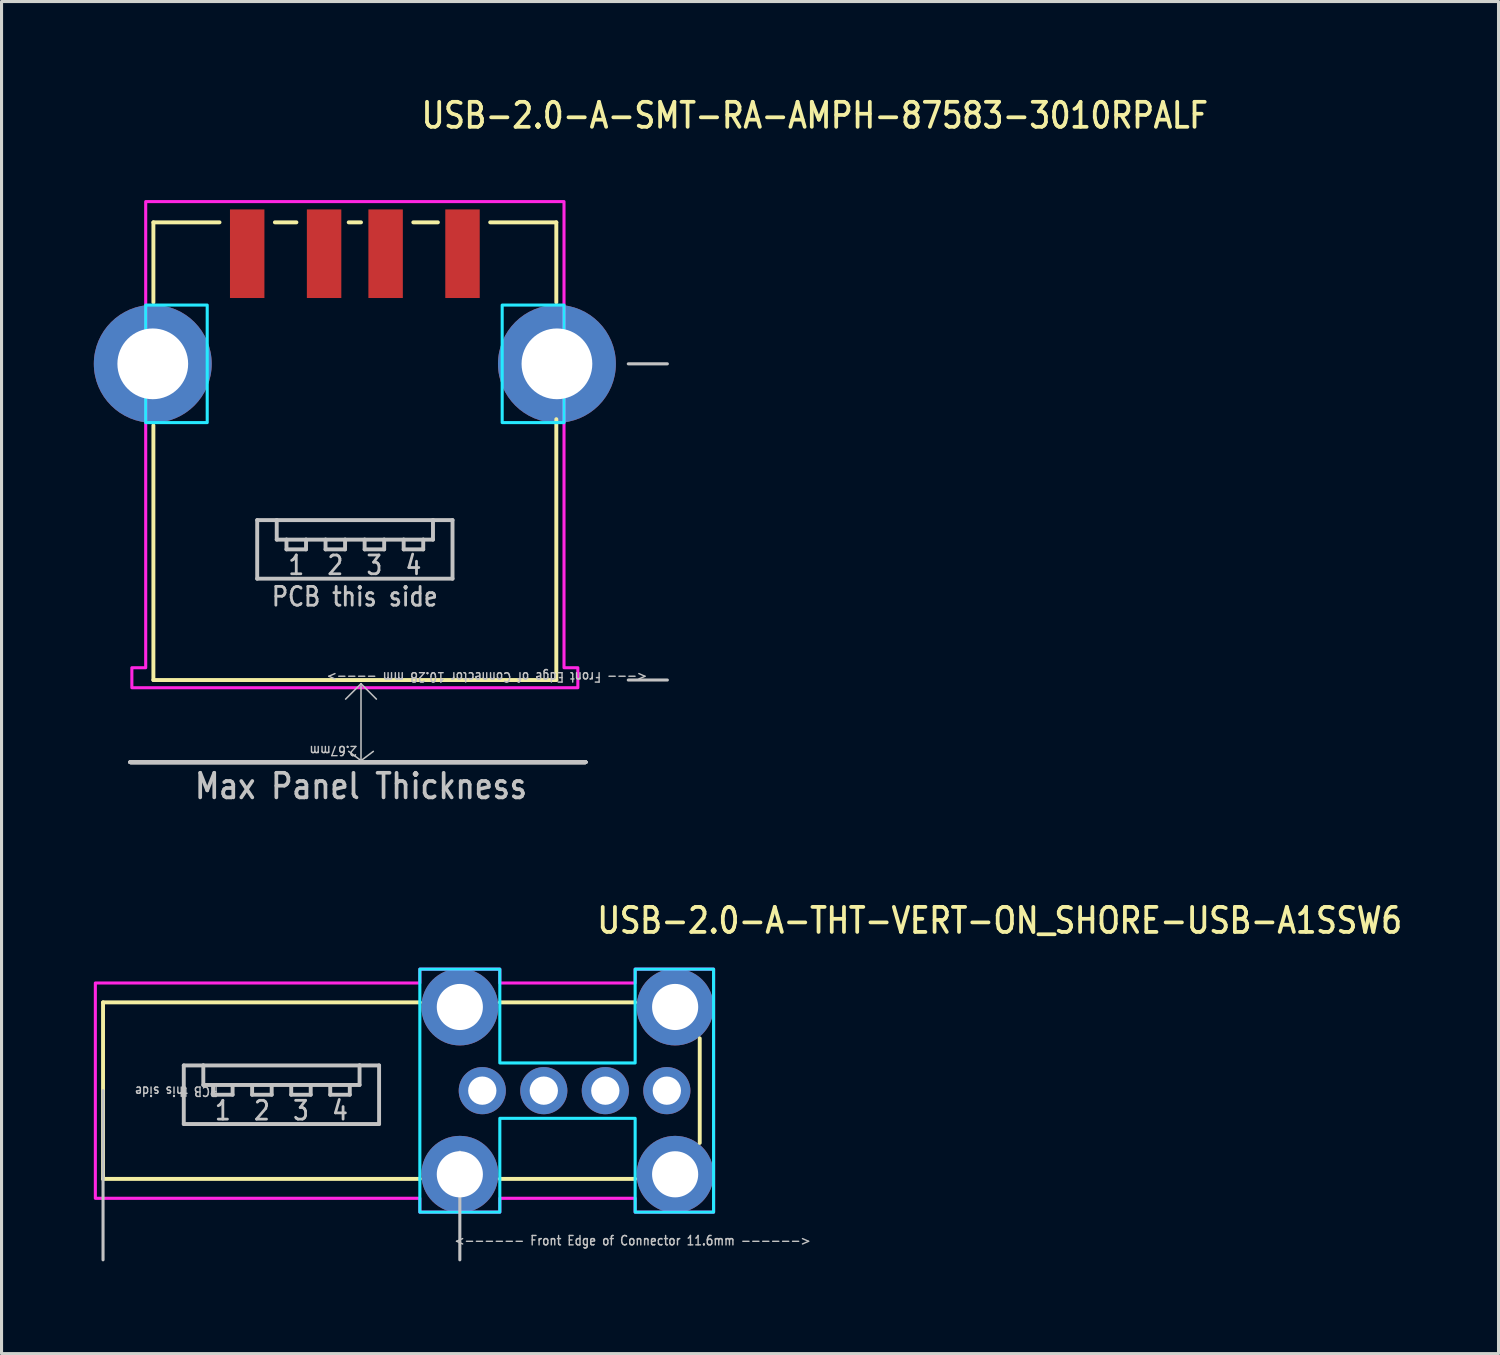
<source format=kicad_pcb>
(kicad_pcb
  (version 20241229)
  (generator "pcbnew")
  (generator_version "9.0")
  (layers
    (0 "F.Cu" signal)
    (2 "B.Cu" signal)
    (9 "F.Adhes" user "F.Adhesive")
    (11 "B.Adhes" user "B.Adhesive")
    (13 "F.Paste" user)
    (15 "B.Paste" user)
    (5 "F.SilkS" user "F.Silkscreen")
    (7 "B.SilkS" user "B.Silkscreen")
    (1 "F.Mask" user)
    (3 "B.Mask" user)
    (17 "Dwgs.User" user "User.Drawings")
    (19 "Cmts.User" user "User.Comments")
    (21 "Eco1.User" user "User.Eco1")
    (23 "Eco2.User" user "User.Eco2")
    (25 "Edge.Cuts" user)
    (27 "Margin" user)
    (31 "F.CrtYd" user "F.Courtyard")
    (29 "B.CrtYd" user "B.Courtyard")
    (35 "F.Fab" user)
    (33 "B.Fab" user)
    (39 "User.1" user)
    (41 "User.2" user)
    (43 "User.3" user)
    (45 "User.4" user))
  (footprint "USB-2.0-A-THT-VERT-ON_SHORE-USB-A1SSW6"
    (layer "F.Cu")
    (at 11.9 32.409)
    (property "Reference" "USB-2.0-A-THT-VERT-ON_SHORE-USB-A1SSW6" (at 4.4 -5.055 0) (unlocked yes) (layer "F.SilkS") (effects (font (size 0.813 0.695) (thickness 0.122)) (justify left bottom)))
    (fp_line (start -11.6 2.87) (end -11.6 -2.87) (stroke (width 0.127) (type solid)) (layer "F.SilkS"))
    (fp_line (start -1.3 -2.87) (end -11.6 -2.87) (stroke (width 0.127) (type solid)) (layer "F.SilkS"))
    (fp_line (start -1.3 2.87) (end -11.6 2.87) (stroke (width 0.127) (type solid)) (layer "F.SilkS"))
    (fp_line (start 5.7 -2.87) (end 1.3 -2.87) (stroke (width 0.127) (type solid)) (layer "F.SilkS"))
    (fp_line (start 5.7 2.87) (end 1.3 2.87) (stroke (width 0.127) (type solid)) (layer "F.SilkS"))
    (fp_line (start 7.8 -1.7) (end 7.8 1.7) (stroke (width 0.127) (type solid)) (layer "F.SilkS"))
    (fp_line (start -11.6 5.5) (end -11.6 0) (stroke (width 0.1) (type solid)) (layer "Dwgs.User"))
    (fp_line (start -8.975 -0.82) (end -8.34 -0.82) (stroke (width 0.127) (type solid)) (layer "Dwgs.User"))
    (fp_line (start -8.975 1.085) (end -8.975 -0.82) (stroke (width 0.127) (type solid)) (layer "Dwgs.User"))
    (fp_line (start -8.34 -0.82) (end -8.34 -0.185) (stroke (width 0.127) (type solid)) (layer "Dwgs.User"))
    (fp_line (start -8.34 -0.82) (end -3.26 -0.82) (stroke (width 0.127) (type solid)) (layer "Dwgs.User"))
    (fp_line (start -8.34 -0.185) (end -8.023 -0.185) (stroke (width 0.127) (type solid)) (layer "Dwgs.User"))
    (fp_line (start -8.023 -0.185) (end -8.023 0.133) (stroke (width 0.127) (type solid)) (layer "Dwgs.User"))
    (fp_line (start -8.023 -0.185) (end -7.388 -0.185) (stroke (width 0.127) (type solid)) (layer "Dwgs.User"))
    (fp_line (start -8.023 0.133) (end -7.388 0.133) (stroke (width 0.127) (type solid)) (layer "Dwgs.User"))
    (fp_line (start -7.388 -0.185) (end -6.753 -0.185) (stroke (width 0.127) (type solid)) (layer "Dwgs.User"))
    (fp_line (start -7.388 0.133) (end -7.388 -0.185) (stroke (width 0.127) (type solid)) (layer "Dwgs.User"))
    (fp_line (start -6.753 -0.185) (end -6.753 0.133) (stroke (width 0.127) (type solid)) (layer "Dwgs.User"))
    (fp_line (start -6.753 -0.185) (end -6.117 -0.185) (stroke (width 0.127) (type solid)) (layer "Dwgs.User"))
    (fp_line (start -6.753 0.133) (end -6.117 0.133) (stroke (width 0.127) (type solid)) (layer "Dwgs.User"))
    (fp_line (start -6.117 -0.185) (end -5.482 -0.185) (stroke (width 0.127) (type solid)) (layer "Dwgs.User"))
    (fp_line (start -6.117 0.133) (end -6.117 -0.185) (stroke (width 0.127) (type solid)) (layer "Dwgs.User"))
    (fp_line (start -5.482 -0.185) (end -5.482 0.133) (stroke (width 0.127) (type solid)) (layer "Dwgs.User"))
    (fp_line (start -5.482 -0.185) (end -4.848 -0.185) (stroke (width 0.127) (type solid)) (layer "Dwgs.User"))
    (fp_line (start -5.482 0.133) (end -4.848 0.133) (stroke (width 0.127) (type solid)) (layer "Dwgs.User"))
    (fp_line (start -4.848 -0.185) (end -4.213 -0.185) (stroke (width 0.127) (type solid)) (layer "Dwgs.User"))
    (fp_line (start -4.848 0.133) (end -4.848 -0.185) (stroke (width 0.127) (type solid)) (layer "Dwgs.User"))
    (fp_line (start -4.213 -0.185) (end -4.213 0.133) (stroke (width 0.127) (type solid)) (layer "Dwgs.User"))
    (fp_line (start -4.213 -0.185) (end -3.578 -0.185) (stroke (width 0.127) (type solid)) (layer "Dwgs.User"))
    (fp_line (start -4.213 0.133) (end -3.578 0.133) (stroke (width 0.127) (type solid)) (layer "Dwgs.User"))
    (fp_line (start -3.578 -0.185) (end -3.26 -0.185) (stroke (width 0.127) (type solid)) (layer "Dwgs.User"))
    (fp_line (start -3.578 0.133) (end -3.578 -0.185) (stroke (width 0.127) (type solid)) (layer "Dwgs.User"))
    (fp_line (start -3.26 -0.82) (end -2.625 -0.82) (stroke (width 0.127) (type solid)) (layer "Dwgs.User"))
    (fp_line (start -3.26 -0.185) (end -3.26 -0.82) (stroke (width 0.127) (type solid)) (layer "Dwgs.User"))
    (fp_line (start -2.625 -0.82) (end -2.625 1.085) (stroke (width 0.127) (type solid)) (layer "Dwgs.User"))
    (fp_line (start -2.625 1.085) (end -8.975 1.085) (stroke (width 0.127) (type solid)) (layer "Dwgs.User"))
    (fp_line (start 0 5.5) (end 0 2) (stroke (width 0.1) (type solid)) (layer "Dwgs.User"))
    (fp_poly (pts (xy -1.3 -3.95) (xy 1.3 -3.95) (xy 1.3 -0.9) (xy 5.7 -0.9) (xy 5.7 -3.95) (xy 8.25 -3.95) (xy 8.25 3.95) (xy 5.7 3.95) (xy 5.7 0.9) (xy 1.3 0.9) (xy 1.3 3.95) (xy -1.3 3.95)) (stroke (width 0.1) (type solid)) (fill no) (layer "B.CrtYd"))
    (fp_poly (pts (xy -11.85 3.5) (xy -11.85 -3.5) (xy -1.3 -3.5) (xy -1.3 -3.95) (xy 1.3 -3.95) (xy 1.3 -3.5) (xy 5.7 -3.5) (xy 5.7 -3.95) (xy 8.25 -3.95) (xy 8.25 3.95) (xy 5.7 3.95) (xy 5.7 3.5) (xy 1.3 3.5) (xy 1.3 3.95) (xy -1.3 3.95) (xy -1.3 3.5)) (stroke (width 0.1) (type solid)) (fill no) (layer "F.CrtYd"))
    (fp_text user "4" (at -3.895 0.291 0) (unlocked yes) (layer "Dwgs.User") (effects (font (size 0.61 0.521) (thickness 0.091)) (justify top)))
    (fp_text user "2" (at -6.435 0.291 0) (unlocked yes) (layer "Dwgs.User") (effects (font (size 0.61 0.521) (thickness 0.091)) (justify top)))
    (fp_text user "3" (at -5.165 0.291 0) (unlocked yes) (layer "Dwgs.User") (effects (font (size 0.61 0.521) (thickness 0.091)) (justify top)))
    (fp_text user "1" (at -7.705 0.291 0) (unlocked yes) (layer "Dwgs.User") (effects (font (size 0.61 0.521) (thickness 0.091)) (justify top)))
    (fp_text user "<------ Front Edge of Connector 11.6mm ------>" (at -0.2 4.875 0) (unlocked yes) (layer "Dwgs.User") (effects (font (size 0.305 0.261) (thickness 0.046)) (justify left)))
    (fp_text user "PCB this side" (at -9.212 0.2 180) (unlocked yes) (layer "Dwgs.User") (effects (font (size 0.305 0.261) (thickness 0.046)) (justify top)))
    (pad "1" thru_hole oval (at 0.73 0 90) (size 1.533 1.533) (drill 0.92) (layers "*.Cu" "*.Mask"))
    (pad "2" thru_hole oval (at 2.73 0 90) (size 1.533 1.533) (drill 0.92) (layers "*.Cu" "*.Mask"))
    (pad "3" thru_hole oval (at 4.73 0 90) (size 1.533 1.533) (drill 0.92) (layers "*.Cu" "*.Mask"))
    (pad "4" thru_hole oval (at 6.73 0 90) (size 1.533 1.533) (drill 0.92) (layers "*.Cu" "*.Mask"))
    (pad "S_1" thru_hole oval (at 0 -2.72 90) (size 2.5 2.5) (drill 1.5) (layers "*.Cu" "*.Mask"))
    (pad "S_2" thru_hole oval (at 0 2.72 90) (size 2.5 2.5) (drill 1.5) (layers "*.Cu" "*.Mask"))
    (pad "S_3" thru_hole oval (at 7 2.72 90) (size 2.5 2.5) (drill 1.5) (layers "*.Cu" "*.Mask"))
    (pad "S_4" thru_hole oval (at 7 -2.72 90) (size 2.5 2.5) (drill 1.5) (layers "*.Cu" "*.Mask")))
  (footprint "USB-2.0-A-SMT-RA-AMPH-87583-3010RPALF"
    (layer "F.Cu")
    (at 8.487 8.779)
    (property "Reference" "USB-2.0-A-SMT-RA-AMPH-87583-3010RPALF" (at 2.1 -7.6 0) (unlocked yes) (layer "F.SilkS") (effects (font (size 0.813 0.695) (thickness 0.122)) (justify left bottom)))
    (fp_line (start -6.55 -4.6) (end -4.4 -4.6) (stroke (width 0.127) (type solid)) (layer "F.SilkS"))
    (fp_line (start -6.55 -2) (end -6.55 -4.6) (stroke (width 0.127) (type solid)) (layer "F.SilkS"))
    (fp_line (start -6.55 10.28) (end -6.55 2) (stroke (width 0.127) (type solid)) (layer "F.SilkS"))
    (fp_line (start -6.55 10.28) (end 6.55 10.28) (stroke (width 0.127) (type solid)) (layer "F.SilkS"))
    (fp_line (start -2.6 -4.6) (end -1.9 -4.6) (stroke (width 0.127) (type solid)) (layer "F.SilkS"))
    (fp_line (start -0.2 -4.6) (end 0.2 -4.6) (stroke (width 0.127) (type solid)) (layer "F.SilkS"))
    (fp_line (start 1.9 -4.6) (end 2.7 -4.6) (stroke (width 0.127) (type solid)) (layer "F.SilkS"))
    (fp_line (start 4.4 -4.6) (end 6.55 -4.6) (stroke (width 0.127) (type solid)) (layer "F.SilkS"))
    (fp_line (start 6.55 -2) (end 6.55 -4.6) (stroke (width 0.127) (type solid)) (layer "F.SilkS"))
    (fp_line (start 6.55 10.28) (end 6.55 1.8) (stroke (width 0.127) (type solid)) (layer "F.SilkS"))
    (fp_line (start -7.3 12.95) (end 7.5 12.95) (stroke (width 0.127) (type solid)) (layer "Dwgs.User"))
    (fp_line (start -7.3 12.95) (end 7.5 12.95) (stroke (width 0.127) (type solid)) (layer "Dwgs.User"))
    (fp_line (start -7.3 12.95) (end 7.5 12.95) (stroke (width 0.127) (type solid)) (layer "Dwgs.User"))
    (fp_line (start -7.3 12.95) (end 7.5 12.95) (stroke (width 0.127) (type solid)) (layer "Dwgs.User"))
    (fp_line (start -7.3 12.95) (end 7.5 12.95) (stroke (width 0.127) (type solid)) (layer "Dwgs.User"))
    (fp_line (start -7.3 12.95) (end 7.5 12.95) (stroke (width 0.127) (type solid)) (layer "Dwgs.User"))
    (fp_line (start -7.3 12.95) (end 7.5 12.95) (stroke (width 0.127) (type solid)) (layer "Dwgs.User"))
    (fp_line (start -7.3 12.95) (end 7.5 12.95) (stroke (width 0.127) (type solid)) (layer "Dwgs.User"))
    (fp_line (start -3.175 5.08) (end -2.54 5.08) (stroke (width 0.127) (type solid)) (layer "Dwgs.User"))
    (fp_line (start -3.175 6.985) (end -3.175 5.08) (stroke (width 0.127) (type solid)) (layer "Dwgs.User"))
    (fp_line (start -2.54 5.08) (end -2.54 5.715) (stroke (width 0.127) (type solid)) (layer "Dwgs.User"))
    (fp_line (start -2.54 5.08) (end 2.54 5.08) (stroke (width 0.127) (type solid)) (layer "Dwgs.User"))
    (fp_line (start -2.54 5.715) (end -2.223 5.715) (stroke (width 0.127) (type solid)) (layer "Dwgs.User"))
    (fp_line (start -2.223 5.715) (end -2.223 6.032) (stroke (width 0.127) (type solid)) (layer "Dwgs.User"))
    (fp_line (start -2.223 5.715) (end -1.587 5.715) (stroke (width 0.127) (type solid)) (layer "Dwgs.User"))
    (fp_line (start -2.223 6.032) (end -1.587 6.032) (stroke (width 0.127) (type solid)) (layer "Dwgs.User"))
    (fp_line (start -1.587 5.715) (end -0.953 5.715) (stroke (width 0.127) (type solid)) (layer "Dwgs.User"))
    (fp_line (start -1.587 6.032) (end -1.587 5.715) (stroke (width 0.127) (type solid)) (layer "Dwgs.User"))
    (fp_line (start -0.953 5.715) (end -0.953 6.032) (stroke (width 0.127) (type solid)) (layer "Dwgs.User"))
    (fp_line (start -0.953 5.715) (end -0.318 5.715) (stroke (width 0.127) (type solid)) (layer "Dwgs.User"))
    (fp_line (start -0.953 6.032) (end -0.318 6.032) (stroke (width 0.127) (type solid)) (layer "Dwgs.User"))
    (fp_line (start -0.318 5.715) (end 0.318 5.715) (stroke (width 0.127) (type solid)) (layer "Dwgs.User"))
    (fp_line (start -0.318 6.032) (end -0.318 5.715) (stroke (width 0.127) (type solid)) (layer "Dwgs.User"))
    (fp_line (start 0.2 10.4) (end -0.3 10.9) (stroke (width 0.05) (type solid)) (layer "Dwgs.User"))
    (fp_line (start 0.2 10.4) (end 0.2 12.9) (stroke (width 0.05) (type solid)) (layer "Dwgs.User"))
    (fp_line (start 0.2 10.4) (end 0.7 10.9) (stroke (width 0.05) (type solid)) (layer "Dwgs.User"))
    (fp_line (start 0.2 12.9) (end -0.2 12.6) (stroke (width 0.05) (type solid)) (layer "Dwgs.User"))
    (fp_line (start 0.2 12.9) (end 0.6 12.6) (stroke (width 0.05) (type solid)) (layer "Dwgs.User"))
    (fp_line (start 0.318 5.715) (end 0.318 6.032) (stroke (width 0.127) (type solid)) (layer "Dwgs.User"))
    (fp_line (start 0.318 5.715) (end 0.953 5.715) (stroke (width 0.127) (type solid)) (layer "Dwgs.User"))
    (fp_line (start 0.318 6.032) (end 0.953 6.032) (stroke (width 0.127) (type solid)) (layer "Dwgs.User"))
    (fp_line (start 0.953 5.715) (end 1.587 5.715) (stroke (width 0.127) (type solid)) (layer "Dwgs.User"))
    (fp_line (start 0.953 6.032) (end 0.953 5.715) (stroke (width 0.127) (type solid)) (layer "Dwgs.User"))
    (fp_line (start 1.587 5.715) (end 1.587 6.032) (stroke (width 0.127) (type solid)) (layer "Dwgs.User"))
    (fp_line (start 1.587 5.715) (end 2.223 5.715) (stroke (width 0.127) (type solid)) (layer "Dwgs.User"))
    (fp_line (start 1.587 6.032) (end 2.223 6.032) (stroke (width 0.127) (type solid)) (layer "Dwgs.User"))
    (fp_line (start 2.223 5.715) (end 2.54 5.715) (stroke (width 0.127) (type solid)) (layer "Dwgs.User"))
    (fp_line (start 2.223 6.032) (end 2.223 5.715) (stroke (width 0.127) (type solid)) (layer "Dwgs.User"))
    (fp_line (start 2.54 5.08) (end 3.175 5.08) (stroke (width 0.127) (type solid)) (layer "Dwgs.User"))
    (fp_line (start 2.54 5.715) (end 2.54 5.08) (stroke (width 0.127) (type solid)) (layer "Dwgs.User"))
    (fp_line (start 3.175 5.08) (end 3.175 6.985) (stroke (width 0.127) (type solid)) (layer "Dwgs.User"))
    (fp_line (start 3.175 6.985) (end -3.175 6.985) (stroke (width 0.127) (type solid)) (layer "Dwgs.User"))
    (fp_line (start 8.89 0) (end 10.16 0) (stroke (width 0.1) (type solid)) (layer "Dwgs.User"))
    (fp_line (start 8.89 10.28) (end 10.16 10.28) (stroke (width 0.1) (type solid)) (layer "Dwgs.User"))
    (fp_poly (pts (xy -6.8 -1.91) (xy -4.8 -1.91) (xy -4.8 1.91) (xy -6.8 1.91)) (stroke (width 0.1) (type solid)) (fill no) (layer "B.CrtYd"))
    (fp_poly (pts (xy 4.79 -1.91) (xy 6.8 -1.91) (xy 6.8 1.91) (xy 4.79 1.91)) (stroke (width 0.1) (type solid)) (fill no) (layer "B.CrtYd"))
    (fp_poly (pts (xy 7.25 10.53) (xy -7.25 10.53) (xy -7.25 9.88) (xy -6.8 9.88) (xy -6.8 1.91) (xy -6.8 -1.91) (xy -6.8 -5.275) (xy 6.8 -5.275) (xy 6.8 -1.91) (xy 6.8 1.91) (xy 6.8 9.88) (xy 7.25 9.88)) (stroke (width 0.1) (type solid)) (fill no) (layer "F.CrtYd"))
    (fp_text user "1" (at -1.905 6.191 0) (unlocked yes) (layer "Dwgs.User") (effects (font (size 0.61 0.521) (thickness 0.091)) (justify top)))
    (fp_text user "2.67mm" (at 0.1 12.4 180) (unlocked yes) (layer "Dwgs.User") (effects (font (size 0.3 0.257) (thickness 0.045)) (justify left bottom)))
    (fp_text user "4" (at 1.905 6.191 0) (unlocked yes) (layer "Dwgs.User") (effects (font (size 0.61 0.521) (thickness 0.091)) (justify top)))
    (fp_text user "Max Panel Thickness" (at 0.2 14.2 0) (unlocked yes) (layer "Dwgs.User") (effects (font (size 0.8 0.684) (thickness 0.12)) (justify bottom)))
    (fp_text user "PCB this side" (at 0 7.212 0) (unlocked yes) (layer "Dwgs.User") (effects (font (size 0.61 0.521) (thickness 0.091)) (justify top)))
    (fp_text user "2" (at -0.635 6.191 0) (unlocked yes) (layer "Dwgs.User") (effects (font (size 0.61 0.521) (thickness 0.091)) (justify top)))
    (fp_text user "<--- Front Edge of Connector 10.28 mm ---->" (at 9.525 10.18 180) (unlocked yes) (layer "Dwgs.User") (effects (font (size 0.305 0.261) (thickness 0.046)) (justify left)))
    (fp_text user "3" (at 0.635 6.191 0) (unlocked yes) (layer "Dwgs.User") (effects (font (size 0.61 0.521) (thickness 0.091)) (justify top)))
    (pad "1" smd rect (at -3.5 -3.58) (size 1.12 2.88) (layers "F.Cu" "F.Mask" "F.Paste"))
    (pad "2" smd rect (at -1 -3.58) (size 1.12 2.88) (layers "F.Cu" "F.Mask" "F.Paste"))
    (pad "3" smd rect (at 1 -3.58) (size 1.12 2.88) (layers "F.Cu" "F.Mask" "F.Paste"))
    (pad "4" smd rect (at 3.5 -3.58) (size 1.12 2.88) (layers "F.Cu" "F.Mask" "F.Paste"))
    (pad "S_1" thru_hole oval (at -6.57 0) (size 3.833 3.833) (drill 2.3) (layers "*.Cu" "*.Mask"))
    (pad "S_2" thru_hole oval (at 6.57 0) (size 3.833 3.833) (drill 2.3) (layers "*.Cu" "*.Mask")))
  (gr_rect
    (start -3 -3)
    (end 45.67 40.959)
    (stroke (width 0.1) (type default))
    (fill no)
    (layer "Edge.Cuts")))
</source>
